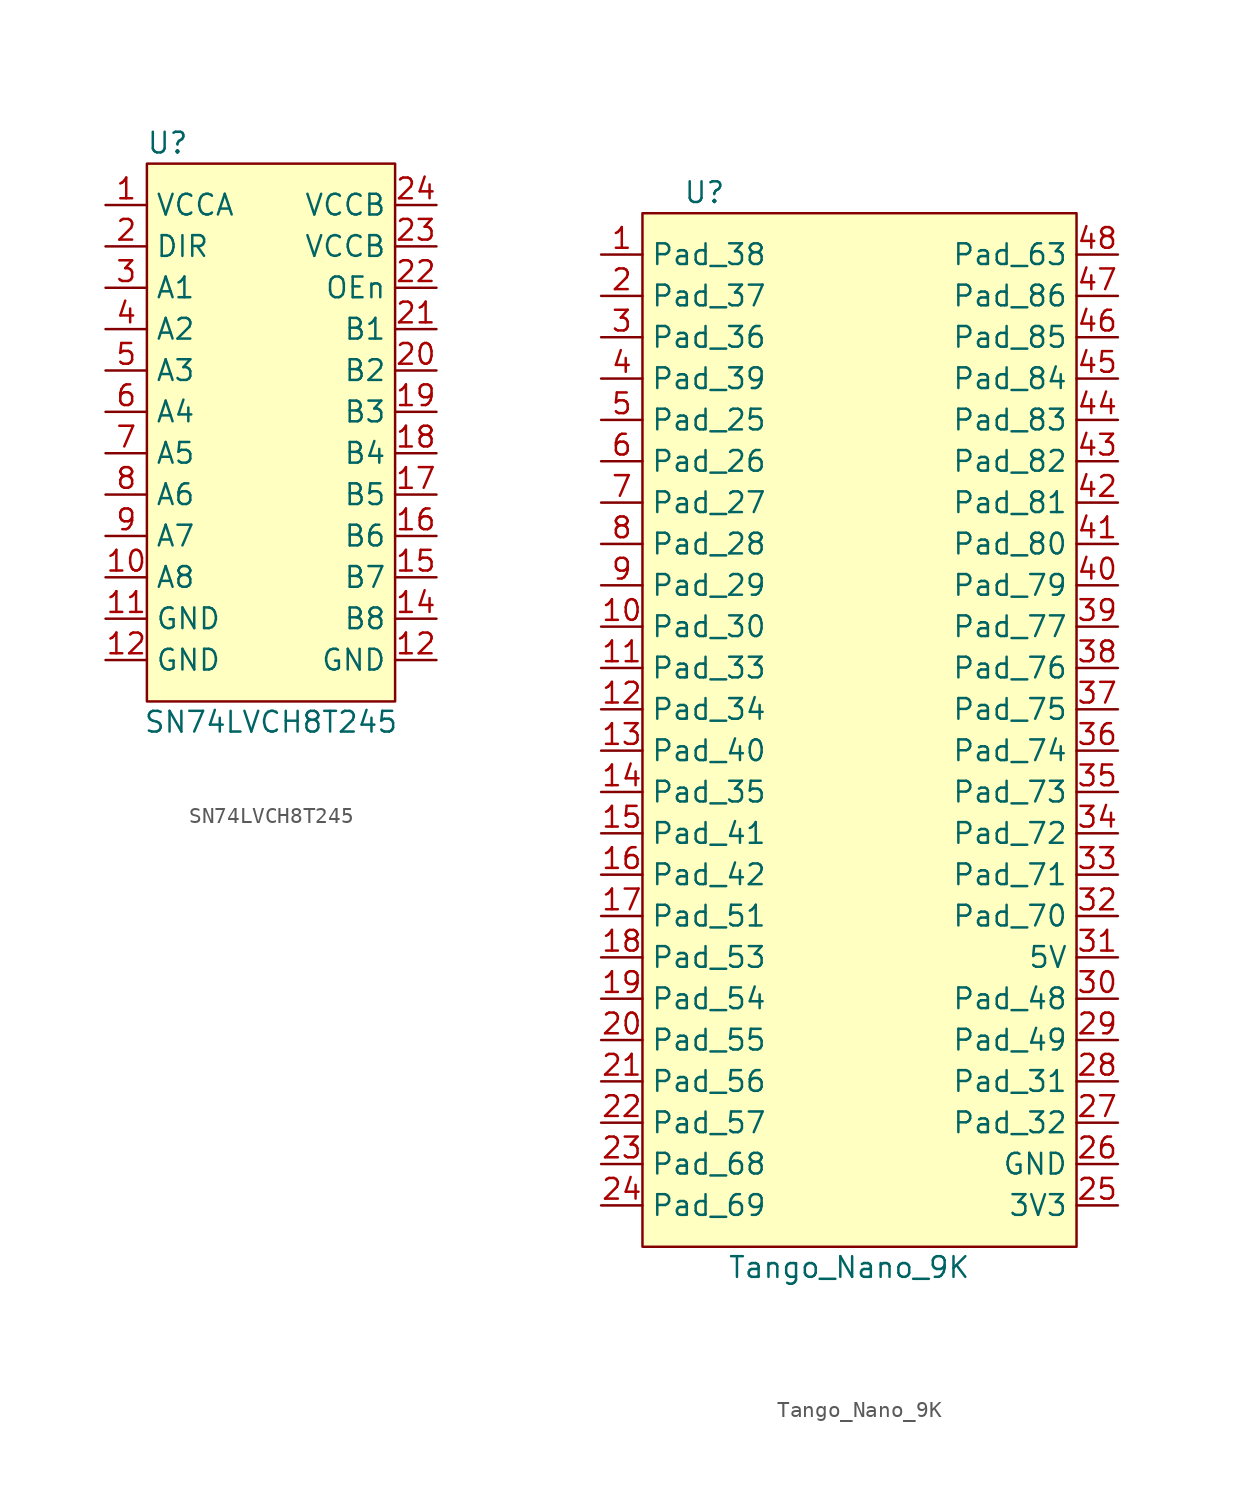
<source format=kicad_sym>
(kicad_symbol_lib
  (version 20211014)
  (generator kicad_symbol_editor)
  (symbol "SN74LVCH8T245"
    (property "Reference" "U"
      (at -6.35 17.78 0)
      (effects (font (size 1.27 1.27))))
    (property "Value" "SN74LVCH8T245"
      (at 0 -17.78 0)
      (effects (font (size 1.27 1.27))))
    (symbol "SN74LVCH8T245_0_1"
      (rectangle (start -7.62 16.51) (end 7.62 -16.51) (stroke (width 0.152) (type default) (color 0 0 0 0)) (fill (type background))))
    (symbol "SN74LVCH8T245_1_1"
      (pin power_in line (at -10.16 13.97 0) (length 2.54) (name "VCCA" (effects (font (size 1.27 1.27)))) (number "1" (effects (font (size 1.27 1.27)))))
      (pin input line (at -10.16 -8.89 0) (length 2.54) (name "A8" (effects (font (size 1.27 1.27)))) (number "10" (effects (font (size 1.27 1.27)))))
      (pin power_in line (at -10.16 -11.43 0) (length 2.54) (name "GND" (effects (font (size 1.27 1.27)))) (number "11" (effects (font (size 1.27 1.27)))))
      (pin power_in line (at -10.16 -13.97 0) (length 2.54) (name "GND" (effects (font (size 1.27 1.27)))) (number "12" (effects (font (size 1.27 1.27)))))
      (pin power_in line (at 10.16 -13.97 180) (length 2.54) (name "GND" (effects (font (size 1.27 1.27)))) (number "12" (effects (font (size 1.27 1.27)))))
      (pin tri_state line (at 10.16 -11.43 180) (length 2.54) (name "B8" (effects (font (size 1.27 1.27)))) (number "14" (effects (font (size 1.27 1.27)))))
      (pin tri_state line (at 10.16 -8.89 180) (length 2.54) (name "B7" (effects (font (size 1.27 1.27)))) (number "15" (effects (font (size 1.27 1.27)))))
      (pin tri_state line (at 10.16 -6.35 180) (length 2.54) (name "B6" (effects (font (size 1.27 1.27)))) (number "16" (effects (font (size 1.27 1.27)))))
      (pin tri_state line (at 10.16 -3.81 180) (length 2.54) (name "B5" (effects (font (size 1.27 1.27)))) (number "17" (effects (font (size 1.27 1.27)))))
      (pin tri_state line (at 10.16 -1.27 180) (length 2.54) (name "B4" (effects (font (size 1.27 1.27)))) (number "18" (effects (font (size 1.27 1.27)))))
      (pin tri_state line (at 10.16 1.27 180) (length 2.54) (name "B3" (effects (font (size 1.27 1.27)))) (number "19" (effects (font (size 1.27 1.27)))))
      (pin input line (at -10.16 11.43 0) (length 2.54) (name "DIR" (effects (font (size 1.27 1.27)))) (number "2" (effects (font (size 1.27 1.27)))))
      (pin tri_state line (at 10.16 3.81 180) (length 2.54) (name "B2" (effects (font (size 1.27 1.27)))) (number "20" (effects (font (size 1.27 1.27)))))
      (pin tri_state line (at 10.16 6.35 180) (length 2.54) (name "B1" (effects (font (size 1.27 1.27)))) (number "21" (effects (font (size 1.27 1.27)))))
      (pin input line (at 10.16 8.89 180) (length 2.54) (name "OEn" (effects (font (size 1.27 1.27)))) (number "22" (effects (font (size 1.27 1.27)))))
      (pin power_in line (at 10.16 11.43 180) (length 2.54) (name "VCCB" (effects (font (size 1.27 1.27)))) (number "23" (effects (font (size 1.27 1.27)))))
      (pin power_in line (at 10.16 13.97 180) (length 2.54) (name "VCCB" (effects (font (size 1.27 1.27)))) (number "24" (effects (font (size 1.27 1.27)))))
      (pin input line (at -10.16 8.89 0) (length 2.54) (name "A1" (effects (font (size 1.27 1.27)))) (number "3" (effects (font (size 1.27 1.27)))))
      (pin input line (at -10.16 6.35 0) (length 2.54) (name "A2" (effects (font (size 1.27 1.27)))) (number "4" (effects (font (size 1.27 1.27)))))
      (pin input line (at -10.16 3.81 0) (length 2.54) (name "A3" (effects (font (size 1.27 1.27)))) (number "5" (effects (font (size 1.27 1.27)))))
      (pin input line (at -10.16 1.27 0) (length 2.54) (name "A4" (effects (font (size 1.27 1.27)))) (number "6" (effects (font (size 1.27 1.27)))))
      (pin input line (at -10.16 -1.27 0) (length 2.54) (name "A5" (effects (font (size 1.27 1.27)))) (number "7" (effects (font (size 1.27 1.27)))))
      (pin input line (at -10.16 -3.81 0) (length 2.54) (name "A6" (effects (font (size 1.27 1.27)))) (number "8" (effects (font (size 1.27 1.27)))))
      (pin input line (at -10.16 -6.35 0) (length 2.54) (name "A7" (effects (font (size 1.27 1.27)))) (number "9" (effects (font (size 1.27 1.27)))))))
  (symbol "Tango_Nano_9K"
    (property "Reference" "U"
      (at -10.16 30.48 0)
      (effects (font (size 1.27 1.27))))
    (property "Value" "Tango_Nano_9K"
      (at -1.27 -35.56 0)
      (effects (font (size 1.27 1.27))))
    (symbol "Tango_Nano_9K_0_1"
      (rectangle (start -13.97 29.21) (end 12.7 -34.29) (stroke (width 0.152) (type default) (color 0 0 0 0)) (fill (type background))))
    (symbol "Tango_Nano_9K_1_1"
      (pin tri_state line (at -16.51 26.67 0) (length 2.54) (name "Pad_38" (effects (font (size 1.27 1.27)))) (number "1" (effects (font (size 1.27 1.27)))))
      (pin tri_state line (at -16.51 3.81 0) (length 2.54) (name "Pad_30" (effects (font (size 1.27 1.27)))) (number "10" (effects (font (size 1.27 1.27)))))
      (pin tri_state line (at -16.51 1.27 0) (length 2.54) (name "Pad_33" (effects (font (size 1.27 1.27)))) (number "11" (effects (font (size 1.27 1.27)))))
      (pin tri_state line (at -16.51 -1.27 0) (length 2.54) (name "Pad_34" (effects (font (size 1.27 1.27)))) (number "12" (effects (font (size 1.27 1.27)))))
      (pin tri_state line (at -16.51 -3.81 0) (length 2.54) (name "Pad_40" (effects (font (size 1.27 1.27)))) (number "13" (effects (font (size 1.27 1.27)))))
      (pin tri_state line (at -16.51 -6.35 0) (length 2.54) (name "Pad_35" (effects (font (size 1.27 1.27)))) (number "14" (effects (font (size 1.27 1.27)))))
      (pin tri_state line (at -16.51 -8.89 0) (length 2.54) (name "Pad_41" (effects (font (size 1.27 1.27)))) (number "15" (effects (font (size 1.27 1.27)))))
      (pin tri_state line (at -16.51 -11.43 0) (length 2.54) (name "Pad_42" (effects (font (size 1.27 1.27)))) (number "16" (effects (font (size 1.27 1.27)))))
      (pin tri_state line (at -16.51 -13.97 0) (length 2.54) (name "Pad_51" (effects (font (size 1.27 1.27)))) (number "17" (effects (font (size 1.27 1.27)))))
      (pin tri_state line (at -16.51 -16.51 0) (length 2.54) (name "Pad_53" (effects (font (size 1.27 1.27)))) (number "18" (effects (font (size 1.27 1.27)))))
      (pin tri_state line (at -16.51 -19.05 0) (length 2.54) (name "Pad_54" (effects (font (size 1.27 1.27)))) (number "19" (effects (font (size 1.27 1.27)))))
      (pin tri_state line (at -16.51 24.13 0) (length 2.54) (name "Pad_37" (effects (font (size 1.27 1.27)))) (number "2" (effects (font (size 1.27 1.27)))))
      (pin tri_state line (at -16.51 -21.59 0) (length 2.54) (name "Pad_55" (effects (font (size 1.27 1.27)))) (number "20" (effects (font (size 1.27 1.27)))))
      (pin tri_state line (at -16.51 -24.13 0) (length 2.54) (name "Pad_56" (effects (font (size 1.27 1.27)))) (number "21" (effects (font (size 1.27 1.27)))))
      (pin tri_state line (at -16.51 -26.67 0) (length 2.54) (name "Pad_57" (effects (font (size 1.27 1.27)))) (number "22" (effects (font (size 1.27 1.27)))))
      (pin tri_state line (at -16.51 -29.21 0) (length 2.54) (name "Pad_68" (effects (font (size 1.27 1.27)))) (number "23" (effects (font (size 1.27 1.27)))))
      (pin tri_state line (at -16.51 -31.75 0) (length 2.54) (name "Pad_69" (effects (font (size 1.27 1.27)))) (number "24" (effects (font (size 1.27 1.27)))))
      (pin power_in line (at 15.24 -31.75 180) (length 2.54) (name "3V3" (effects (font (size 1.27 1.27)))) (number "25" (effects (font (size 1.27 1.27)))))
      (pin power_in line (at 15.24 -29.21 180) (length 2.54) (name "GND" (effects (font (size 1.27 1.27)))) (number "26" (effects (font (size 1.27 1.27)))))
      (pin tri_state line (at 15.24 -26.67 180) (length 2.54) (name "Pad_32" (effects (font (size 1.27 1.27)))) (number "27" (effects (font (size 1.27 1.27)))))
      (pin tri_state line (at 15.24 -24.13 180) (length 2.54) (name "Pad_31" (effects (font (size 1.27 1.27)))) (number "28" (effects (font (size 1.27 1.27)))))
      (pin tri_state line (at 15.24 -21.59 180) (length 2.54) (name "Pad_49" (effects (font (size 1.27 1.27)))) (number "29" (effects (font (size 1.27 1.27)))))
      (pin tri_state line (at -16.51 21.59 0) (length 2.54) (name "Pad_36" (effects (font (size 1.27 1.27)))) (number "3" (effects (font (size 1.27 1.27)))))
      (pin tri_state line (at 15.24 -19.05 180) (length 2.54) (name "Pad_48" (effects (font (size 1.27 1.27)))) (number "30" (effects (font (size 1.27 1.27)))))
      (pin power_in line (at 15.24 -16.51 180) (length 2.54) (name "5V" (effects (font (size 1.27 1.27)))) (number "31" (effects (font (size 1.27 1.27)))))
      (pin tri_state line (at 15.24 -13.97 180) (length 2.54) (name "Pad_70" (effects (font (size 1.27 1.27)))) (number "32" (effects (font (size 1.27 1.27)))))
      (pin tri_state line (at 15.24 -11.43 180) (length 2.54) (name "Pad_71" (effects (font (size 1.27 1.27)))) (number "33" (effects (font (size 1.27 1.27)))))
      (pin tri_state line (at 15.24 -8.89 180) (length 2.54) (name "Pad_72" (effects (font (size 1.27 1.27)))) (number "34" (effects (font (size 1.27 1.27)))))
      (pin tri_state line (at 15.24 -6.35 180) (length 2.54) (name "Pad_73" (effects (font (size 1.27 1.27)))) (number "35" (effects (font (size 1.27 1.27)))))
      (pin tri_state line (at 15.24 -3.81 180) (length 2.54) (name "Pad_74" (effects (font (size 1.27 1.27)))) (number "36" (effects (font (size 1.27 1.27)))))
      (pin tri_state line (at 15.24 -1.27 180) (length 2.54) (name "Pad_75" (effects (font (size 1.27 1.27)))) (number "37" (effects (font (size 1.27 1.27)))))
      (pin tri_state line (at 15.24 1.27 180) (length 2.54) (name "Pad_76" (effects (font (size 1.27 1.27)))) (number "38" (effects (font (size 1.27 1.27)))))
      (pin tri_state line (at 15.24 3.81 180) (length 2.54) (name "Pad_77" (effects (font (size 1.27 1.27)))) (number "39" (effects (font (size 1.27 1.27)))))
      (pin tri_state line (at -16.51 19.05 0) (length 2.54) (name "Pad_39" (effects (font (size 1.27 1.27)))) (number "4" (effects (font (size 1.27 1.27)))))
      (pin tri_state line (at 15.24 6.35 180) (length 2.54) (name "Pad_79" (effects (font (size 1.27 1.27)))) (number "40" (effects (font (size 1.27 1.27)))))
      (pin tri_state line (at 15.24 8.89 180) (length 2.54) (name "Pad_80" (effects (font (size 1.27 1.27)))) (number "41" (effects (font (size 1.27 1.27)))))
      (pin tri_state line (at 15.24 11.43 180) (length 2.54) (name "Pad_81" (effects (font (size 1.27 1.27)))) (number "42" (effects (font (size 1.27 1.27)))))
      (pin tri_state line (at 15.24 13.97 180) (length 2.54) (name "Pad_82" (effects (font (size 1.27 1.27)))) (number "43" (effects (font (size 1.27 1.27)))))
      (pin tri_state line (at 15.24 16.51 180) (length 2.54) (name "Pad_83" (effects (font (size 1.27 1.27)))) (number "44" (effects (font (size 1.27 1.27)))))
      (pin tri_state line (at 15.24 19.05 180) (length 2.54) (name "Pad_84" (effects (font (size 1.27 1.27)))) (number "45" (effects (font (size 1.27 1.27)))))
      (pin tri_state line (at 15.24 21.59 180) (length 2.54) (name "Pad_85" (effects (font (size 1.27 1.27)))) (number "46" (effects (font (size 1.27 1.27)))))
      (pin tri_state line (at 15.24 24.13 180) (length 2.54) (name "Pad_86" (effects (font (size 1.27 1.27)))) (number "47" (effects (font (size 1.27 1.27)))))
      (pin tri_state line (at 15.24 26.67 180) (length 2.54) (name "Pad_63" (effects (font (size 1.27 1.27)))) (number "48" (effects (font (size 1.27 1.27)))))
      (pin tri_state line (at -16.51 16.51 0) (length 2.54) (name "Pad_25" (effects (font (size 1.27 1.27)))) (number "5" (effects (font (size 1.27 1.27)))))
      (pin tri_state line (at -16.51 13.97 0) (length 2.54) (name "Pad_26" (effects (font (size 1.27 1.27)))) (number "6" (effects (font (size 1.27 1.27)))))
      (pin tri_state line (at -16.51 11.43 0) (length 2.54) (name "Pad_27" (effects (font (size 1.27 1.27)))) (number "7" (effects (font (size 1.27 1.27)))))
      (pin tri_state line (at -16.51 8.89 0) (length 2.54) (name "Pad_28" (effects (font (size 1.27 1.27)))) (number "8" (effects (font (size 1.27 1.27)))))
      (pin tri_state line (at -16.51 6.35 0) (length 2.54) (name "Pad_29" (effects (font (size 1.27 1.27)))) (number "9" (effects (font (size 1.27 1.27))))))))
</source>
